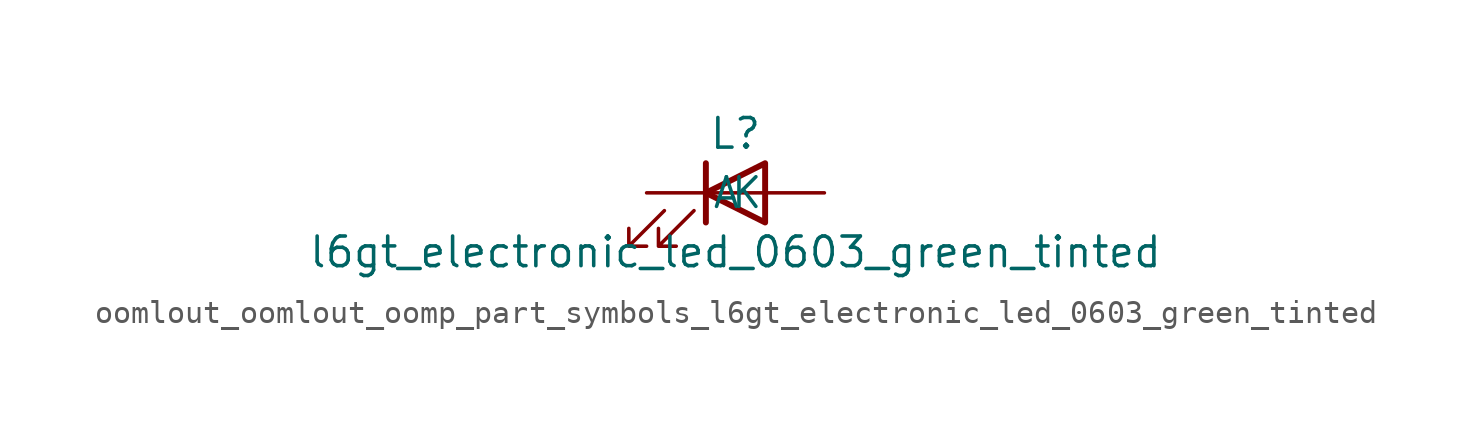
<source format=kicad_sym>
(kicad_symbol_lib
  (version 20220914)
  (generator kicad_symbol_editor)
  (symbol "oomlout_oomlout_oomp_part_symbols_l6gt_electronic_led_0603_green_tinted"
    (pin_numbers hide)
    (pin_names
      (offset 1.016))
    (property "Reference" "L"
      (at 0 2.54 0)
      (effects (font (size 1.27 1.27))))
    (property "Value" "l6gt_electronic_led_0603_green_tinted"
      (at 0 -2.54 0)
      (effects (font (size 1.27 1.27))))
    (symbol "oomlout_oomlout_oomp_part_symbols_l6gt_electronic_led_0603_green_tinted_0_1"
      (polyline (pts (xy -1.27 -1.27) (xy -1.27 1.27)) (stroke (width 0.254) (type default)) (fill (type none)))
      (polyline (pts (xy -1.27 0) (xy 1.27 0)) (stroke (width 0) (type default)) (fill (type none)))
      (polyline (pts (xy 1.27 -1.27) (xy 1.27 1.27) (xy -1.27 0) (xy 1.27 -1.27)) (stroke (width 0.254) (type default)) (fill (type none)))
      (polyline (pts (xy -3.048 -0.762) (xy -4.572 -2.286) (xy -3.81 -2.286) (xy -4.572 -2.286) (xy -4.572 -1.524)) (stroke (width 0) (type default)) (fill (type none)))
      (polyline (pts (xy -1.778 -0.762) (xy -3.302 -2.286) (xy -2.54 -2.286) (xy -3.302 -2.286) (xy -3.302 -1.524)) (stroke (width 0) (type default)) (fill (type none))))
    (symbol "oomlout_oomlout_oomp_part_symbols_l6gt_electronic_led_0603_green_tinted_1_1"
      (pin passive line (at -3.81 0 0) (length 2.54) (name "K" (effects (font (size 1.27 1.27)))) (number "1" (effects (font (size 1.27 1.27)))))
      (pin passive line (at 3.81 0 180) (length 2.54) (name "A" (effects (font (size 1.27 1.27)))) (number "2" (effects (font (size 1.27 1.27))))))))
</source>
